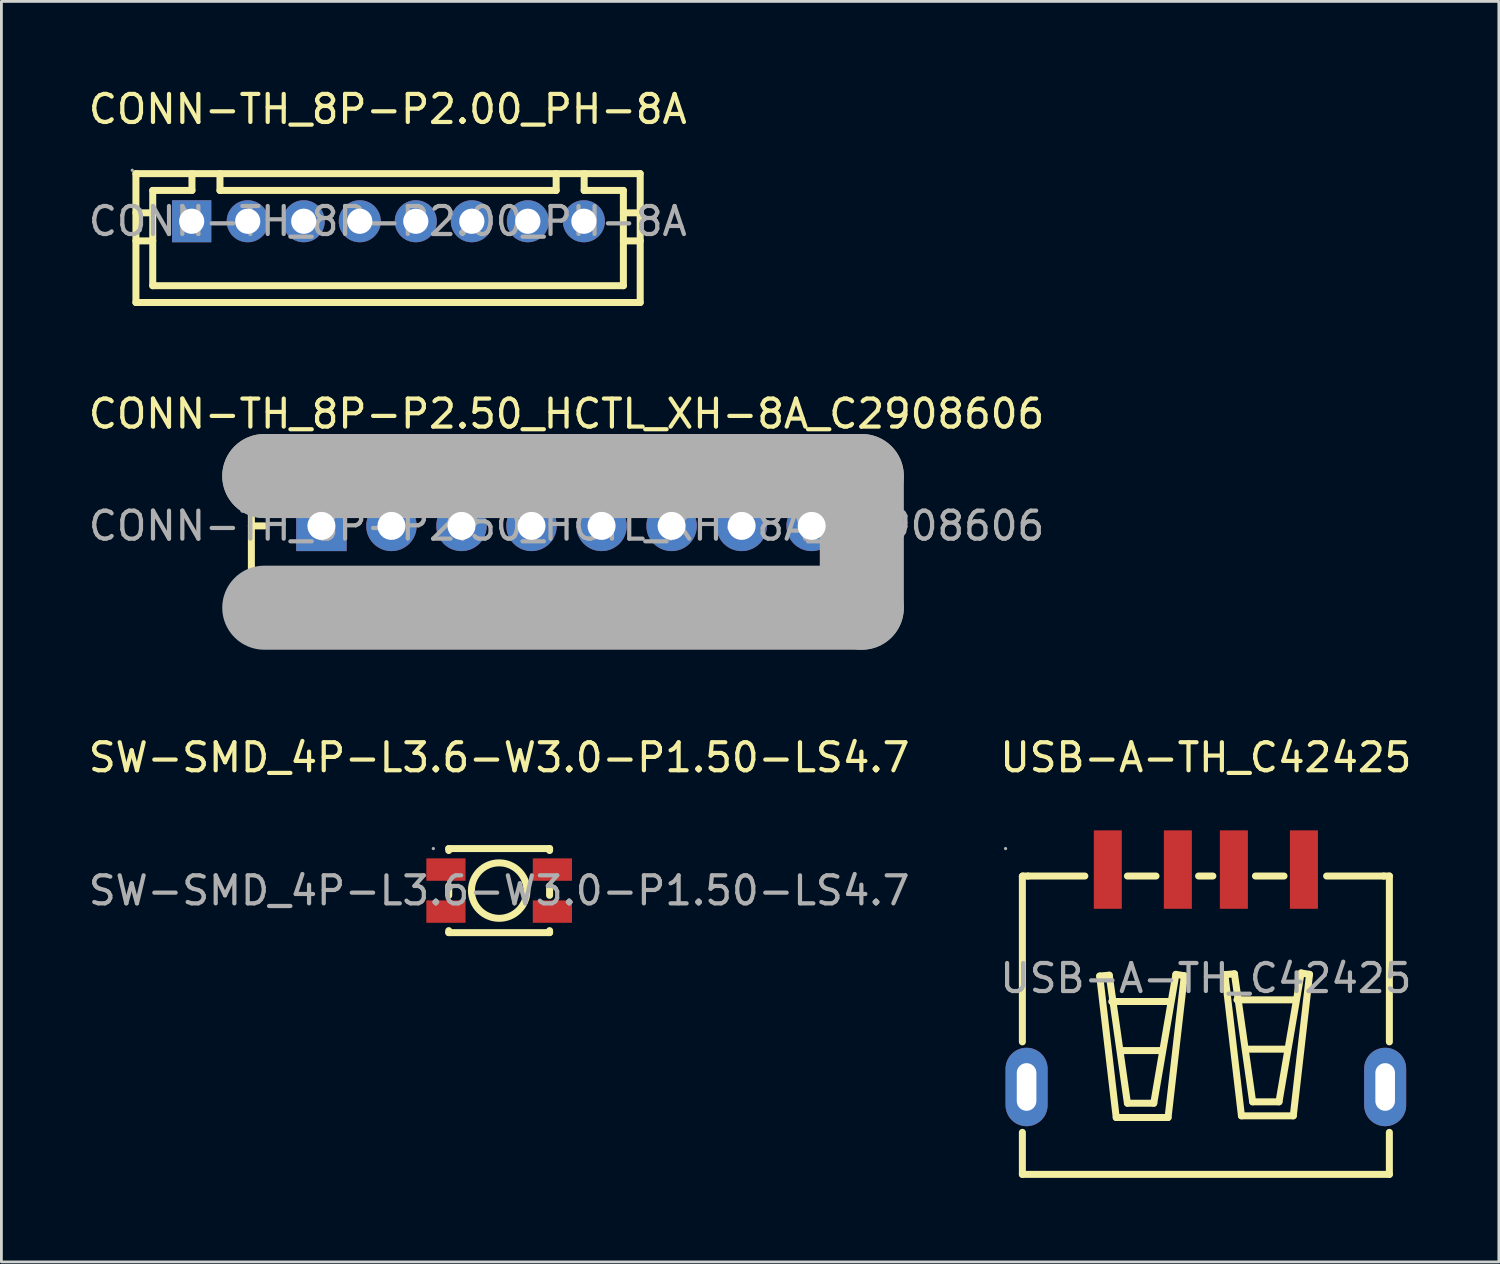
<source format=kicad_pcb>
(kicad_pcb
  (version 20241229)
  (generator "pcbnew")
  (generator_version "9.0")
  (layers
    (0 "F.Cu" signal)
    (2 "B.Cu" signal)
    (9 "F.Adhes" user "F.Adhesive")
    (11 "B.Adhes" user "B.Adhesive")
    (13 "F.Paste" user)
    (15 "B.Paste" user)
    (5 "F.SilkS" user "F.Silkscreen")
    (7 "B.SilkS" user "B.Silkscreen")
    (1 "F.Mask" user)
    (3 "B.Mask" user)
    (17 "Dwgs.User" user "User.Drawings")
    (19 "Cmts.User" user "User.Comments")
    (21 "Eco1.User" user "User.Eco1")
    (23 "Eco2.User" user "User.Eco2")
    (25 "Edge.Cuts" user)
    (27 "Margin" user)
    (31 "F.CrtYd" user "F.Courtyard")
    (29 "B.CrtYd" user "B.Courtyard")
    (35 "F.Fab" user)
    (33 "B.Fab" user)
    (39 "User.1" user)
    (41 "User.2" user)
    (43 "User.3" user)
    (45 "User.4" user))
  (footprint "USB-A-TH_C42425"
    (layer "F.Cu")
    (at 39.994 31.87)
    (property "Reference" "USB-A-TH_C42425" (at 0 -7.88 0) (layer "F.SilkS") (effects (font (size 1 1) (thickness 0.15))))
    (attr smd)
    (fp_line (start -6.55 -3.63) (end -6.55 -3.63) (stroke (width 0.25) (type solid)) (layer "F.SilkS"))
    (fp_line (start -6.55 -3.63) (end -6.55 2.27) (stroke (width 0.25) (type solid)) (layer "F.SilkS"))
    (fp_line (start -6.55 -3.63) (end -6.54 -3.65) (stroke (width 0.25) (type solid)) (layer "F.SilkS"))
    (fp_line (start -6.55 5.5) (end -6.55 7) (stroke (width 0.25) (type solid)) (layer "F.SilkS"))
    (fp_line (start -6.55 7) (end 6.55 7) (stroke (width 0.25) (type solid)) (layer "F.SilkS"))
    (fp_line (start -6.54 -3.65) (end -6.35 -3.65) (stroke (width 0.25) (type solid)) (layer "F.SilkS"))
    (fp_line (start -4.32 -3.65) (end -6.35 -3.65) (stroke (width 0.25) (type solid)) (layer "F.SilkS"))
    (fp_line (start -3.79 -0.08) (end -3.2 4.97) (stroke (width 0.25) (type solid)) (layer "F.SilkS"))
    (fp_line (start -3.45 -0.11) (end -3.79 -0.08) (stroke (width 0.25) (type solid)) (layer "F.SilkS"))
    (fp_line (start -3.36 0.83) (end -1.27 0.83) (stroke (width 0.25) (type solid)) (layer "F.SilkS"))
    (fp_line (start -3.2 4.97) (end -1.35 4.97) (stroke (width 0.25) (type solid)) (layer "F.SilkS"))
    (fp_line (start -3.03 2.58) (end -1.58 2.58) (stroke (width 0.25) (type solid)) (layer "F.SilkS"))
    (fp_line (start -2.8 -3.65) (end -1.78 -3.65) (stroke (width 0.25) (type solid)) (layer "F.SilkS"))
    (fp_line (start -2.8 4.46) (end -3.45 -0.11) (stroke (width 0.25) (type solid)) (layer "F.SilkS"))
    (fp_line (start -1.86 4.46) (end -2.8 4.46) (stroke (width 0.25) (type solid)) (layer "F.SilkS"))
    (fp_line (start -1.35 4.97) (end -0.77 -0.09) (stroke (width 0.25) (type solid)) (layer "F.SilkS"))
    (fp_line (start -1.07 -0.14) (end -1.86 4.46) (stroke (width 0.25) (type solid)) (layer "F.SilkS"))
    (fp_line (start -0.77 -0.09) (end -1.07 -0.14) (stroke (width 0.25) (type solid)) (layer "F.SilkS"))
    (fp_line (start -0.26 -3.65) (end 0.25 -3.65) (stroke (width 0.25) (type solid)) (layer "F.SilkS"))
    (fp_line (start 0.68 -0.13) (end 1.02 -0.16) (stroke (width 0.25) (type solid)) (layer "F.SilkS"))
    (fp_line (start 1.02 -0.16) (end 1.67 4.41) (stroke (width 0.25) (type solid)) (layer "F.SilkS"))
    (fp_line (start 1.11 0.77) (end 3.2 0.77) (stroke (width 0.25) (type solid)) (layer "F.SilkS"))
    (fp_line (start 1.27 4.91) (end 0.68 -0.13) (stroke (width 0.25) (type solid)) (layer "F.SilkS"))
    (fp_line (start 1.44 2.53) (end 2.89 2.53) (stroke (width 0.25) (type solid)) (layer "F.SilkS"))
    (fp_line (start 1.67 4.41) (end 2.61 4.41) (stroke (width 0.25) (type solid)) (layer "F.SilkS"))
    (fp_line (start 2.61 4.41) (end 3.4 -0.19) (stroke (width 0.25) (type solid)) (layer "F.SilkS"))
    (fp_line (start 2.79 -3.65) (end 1.77 -3.65) (stroke (width 0.25) (type solid)) (layer "F.SilkS"))
    (fp_line (start 3.12 4.91) (end 1.27 4.91) (stroke (width 0.25) (type solid)) (layer "F.SilkS"))
    (fp_line (start 3.4 -0.19) (end 3.7 -0.14) (stroke (width 0.25) (type solid)) (layer "F.SilkS"))
    (fp_line (start 3.7 -0.14) (end 3.12 4.91) (stroke (width 0.25) (type solid)) (layer "F.SilkS"))
    (fp_line (start 6.35 -3.65) (end 4.31 -3.65) (stroke (width 0.25) (type solid)) (layer "F.SilkS"))
    (fp_line (start 6.55 -3.65) (end 6.35 -3.65) (stroke (width 0.25) (type solid)) (layer "F.SilkS"))
    (fp_line (start 6.55 2.27) (end 6.55 -3.65) (stroke (width 0.25) (type solid)) (layer "F.SilkS"))
    (fp_line (start 6.55 7) (end 6.55 5.5) (stroke (width 0.25) (type solid)) (layer "F.SilkS"))
    (fp_circle (center -7.15 -4.63) (end -7.12 -4.63) (stroke (width 0.06) (type solid)) (fill no) (layer "F.Fab"))
    (fp_text user "${REFERENCE}" (at 0 0 0) (layer "F.Fab") (effects (font (size 1 1) (thickness 0.15))))
    (pad "1" smd rect (at -3.5 -3.88) (size 1 2.8) (layers "F.Cu" "F.Mask" "F.Paste"))
    (pad "2" smd rect (at -1 -3.88) (size 1 2.8) (layers "F.Cu" "F.Mask" "F.Paste"))
    (pad "3" smd rect (at 1 -3.88) (size 1 2.8) (layers "F.Cu" "F.Mask" "F.Paste"))
    (pad "4" smd rect (at 3.5 -3.88) (size 1 2.8) (layers "F.Cu" "F.Mask" "F.Paste"))
    (pad "5" thru_hole oval (at 6.4 3.88) (size 1.5 2.8) (drill oval 0.7 1.7) (layers "*.Cu" "*.Paste" "*.Mask"))
    (pad "6" thru_hole oval (at -6.4 3.88) (size 1.5 2.8) (drill oval 0.7 1.7) (layers "*.Cu" "*.Paste" "*.Mask")))
  (footprint "SW-SMD_4P-L3.6-W3.0-P1.50-LS4.7"
    (layer "F.Cu")
    (at 14.768 28.74)
    (property "Reference" "SW-SMD_4P-L3.6-W3.0-P1.50-LS4.7" (at 0 -4.75 0) (layer "F.SilkS") (effects (font (size 1 1) (thickness 0.15))))
    (attr smd)
    (fp_line (start -1.8 -1.5) (end -1.8 -1.43) (stroke (width 0.25) (type solid)) (layer "F.SilkS"))
    (fp_line (start -1.8 -1.5) (end 1.8 -1.5) (stroke (width 0.25) (type solid)) (layer "F.SilkS"))
    (fp_line (start -1.8 -0.17) (end -1.8 0.17) (stroke (width 0.25) (type solid)) (layer "F.SilkS"))
    (fp_line (start -1.8 1.43) (end -1.8 1.5) (stroke (width 0.25) (type solid)) (layer "F.SilkS"))
    (fp_line (start -1.8 1.5) (end 1.8 1.5) (stroke (width 0.25) (type solid)) (layer "F.SilkS"))
    (fp_line (start 1.8 -1.5) (end 1.8 -1.43) (stroke (width 0.25) (type solid)) (layer "F.SilkS"))
    (fp_line (start 1.8 -0.17) (end 1.8 0.17) (stroke (width 0.25) (type solid)) (layer "F.SilkS"))
    (fp_line (start 1.8 1.43) (end 1.8 1.5) (stroke (width 0.25) (type solid)) (layer "F.SilkS"))
    (fp_circle (center 0 0) (end 0.99 0) (stroke (width 0.25) (type solid)) (fill no) (layer "F.SilkS"))
    (fp_circle (center -2.35 -1.5) (end -2.32 -1.5) (stroke (width 0.06) (type solid)) (fill no) (layer "F.Fab"))
    (fp_text user "${REFERENCE}" (at 0 0 0) (layer "F.Fab") (effects (font (size 1 1) (thickness 0.15))))
    (pad "1" smd rect (at -1.9 -0.75 90) (size 0.8 1.4) (layers "F.Cu" "F.Mask" "F.Paste"))
    (pad "2" smd rect (at 1.9 -0.75 90) (size 0.8 1.4) (layers "F.Cu" "F.Mask" "F.Paste"))
    (pad "3" smd rect (at -1.9 0.75 270) (size 0.8 1.4) (layers "F.Cu" "F.Mask" "F.Paste"))
    (pad "4" smd rect (at 1.9 0.75 270) (size 0.8 1.4) (layers "F.Cu" "F.Mask" "F.Paste")))
  (footprint "CONN-TH_8P-P2.00_PH-8A"
    (layer "F.Cu")
    (at 10.792 4.848)
    (property "Reference" "CONN-TH_8P-P2.00_PH-8A" (at 0 -4 0) (layer "F.SilkS") (effects (font (size 1 1) (thickness 0.15))))
    (attr smd)
    (fp_line (start -8.99 -1.7) (end 9.01 -1.7) (stroke (width 0.25) (type solid)) (layer "F.SilkS"))
    (fp_line (start -8.99 2.9) (end -8.99 -1.7) (stroke (width 0.25) (type solid)) (layer "F.SilkS"))
    (fp_line (start -8.99 2.9) (end 9.01 2.9) (stroke (width 0.25) (type solid)) (layer "F.SilkS"))
    (fp_line (start -8.39 -1.1) (end -6.99 -1.1) (stroke (width 0.25) (type solid)) (layer "F.SilkS"))
    (fp_line (start -8.39 -0.3) (end -8.99 -0.3) (stroke (width 0.25) (type solid)) (layer "F.SilkS"))
    (fp_line (start -8.39 0.7) (end -8.99 0.7) (stroke (width 0.25) (type solid)) (layer "F.SilkS"))
    (fp_line (start -8.39 2.3) (end -8.39 -1.1) (stroke (width 0.25) (type solid)) (layer "F.SilkS"))
    (fp_line (start -8.39 2.3) (end 8.41 2.3) (stroke (width 0.25) (type solid)) (layer "F.SilkS"))
    (fp_line (start -6.99 -1.1) (end -6.99 -1.7) (stroke (width 0.25) (type solid)) (layer "F.SilkS"))
    (fp_line (start -5.99 -1.7) (end -5.99 -1.1) (stroke (width 0.25) (type solid)) (layer "F.SilkS"))
    (fp_line (start 6.01 -1.7) (end 6.01 -1.1) (stroke (width 0.25) (type solid)) (layer "F.SilkS"))
    (fp_line (start 6.01 -1.1) (end -5.99 -1.1) (stroke (width 0.25) (type solid)) (layer "F.SilkS"))
    (fp_line (start 7.01 -1.1) (end 7.01 -1.7) (stroke (width 0.25) (type solid)) (layer "F.SilkS"))
    (fp_line (start 8.41 -1.1) (end 7.01 -1.1) (stroke (width 0.25) (type solid)) (layer "F.SilkS"))
    (fp_line (start 8.41 2.3) (end 8.41 -1.1) (stroke (width 0.25) (type solid)) (layer "F.SilkS"))
    (fp_line (start 9.01 -0.3) (end 8.41 -0.3) (stroke (width 0.25) (type solid)) (layer "F.SilkS"))
    (fp_line (start 9.01 0.7) (end 8.41 0.7) (stroke (width 0.25) (type solid)) (layer "F.SilkS"))
    (fp_line (start 9.01 2.9) (end 9.01 -1.7) (stroke (width 0.25) (type solid)) (layer "F.SilkS"))
    (fp_circle (center -9.12 -1.82) (end -9.09 -1.82) (stroke (width 0.06) (type solid)) (fill no) (layer "F.Fab"))
    (fp_circle (center -7 0) (end -6.82 0) (stroke (width 0.35) (type solid)) (fill no) (layer "F.Fab"))
    (fp_circle (center -5 0) (end -4.82 0) (stroke (width 0.35) (type solid)) (fill no) (layer "F.Fab"))
    (fp_circle (center -3 0) (end -2.82 0) (stroke (width 0.35) (type solid)) (fill no) (layer "F.Fab"))
    (fp_circle (center -1 0) (end -0.82 0) (stroke (width 0.35) (type solid)) (fill no) (layer "F.Fab"))
    (fp_circle (center 1 0) (end 1.18 0) (stroke (width 0.35) (type solid)) (fill no) (layer "F.Fab"))
    (fp_circle (center 3 0) (end 3.18 0) (stroke (width 0.35) (type solid)) (fill no) (layer "F.Fab"))
    (fp_circle (center 5 0) (end 5.18 0) (stroke (width 0.35) (type solid)) (fill no) (layer "F.Fab"))
    (fp_circle (center 7 0) (end 7.18 0) (stroke (width 0.35) (type solid)) (fill no) (layer "F.Fab"))
    (fp_text user "${REFERENCE}" (at 0 0 0) (layer "F.Fab") (effects (font (size 1 1) (thickness 0.15))))
    (pad "1" thru_hole rect (at -7 0 180) (size 1.4 1.5) (drill 0.9) (layers "*.Cu" "*.Paste" "*.Mask"))
    (pad "2" thru_hole circle (at -5 0 180) (size 1.5 1.5) (drill 0.9) (layers "*.Cu" "*.Paste" "*.Mask"))
    (pad "3" thru_hole circle (at -3 0 180) (size 1.5 1.5) (drill 0.9) (layers "*.Cu" "*.Paste" "*.Mask"))
    (pad "4" thru_hole circle (at -1 0 180) (size 1.5 1.5) (drill 0.9) (layers "*.Cu" "*.Paste" "*.Mask"))
    (pad "5" thru_hole circle (at 1 0 180) (size 1.5 1.5) (drill 0.9) (layers "*.Cu" "*.Paste" "*.Mask"))
    (pad "6" thru_hole circle (at 3 0 180) (size 1.5 1.5) (drill 0.9) (layers "*.Cu" "*.Paste" "*.Mask"))
    (pad "7" thru_hole circle (at 5 0 180) (size 1.5 1.5) (drill 0.9) (layers "*.Cu" "*.Paste" "*.Mask"))
    (pad "8" thru_hole circle (at 7 0 180) (size 1.5 1.5) (drill 0.9) (layers "*.Cu" "*.Paste" "*.Mask")))
  (footprint "CONN-TH_8P-P2.50_HCTL_XH-8A_C2908606"
    (layer "F.Cu")
    (at 17.173 15.722)
    (property "Reference" "CONN-TH_8P-P2.50_HCTL_XH-8A_C2908606" (at 0 -4 0) (layer "F.SilkS") (effects (font (size 1 1) (thickness 0.15))))
    (attr smd)
    (fp_line (start -11.25 -2.4) (end 11.25 -2.4) (stroke (width 0.25) (type solid)) (layer "F.SilkS"))
    (fp_line (start -11.25 3.4) (end -11.25 -2.4) (stroke (width 0.25) (type solid)) (layer "F.SilkS"))
    (fp_line (start -11.25 3.4) (end 11.25 3.4) (stroke (width 0.25) (type solid)) (layer "F.SilkS"))
    (fp_line (start -10.79 0) (end -11.25 0) (stroke (width 0.25) (type solid)) (layer "F.SilkS"))
    (fp_line (start -2.54 -2.4) (end -2.54 -1.78) (stroke (width 0.25) (type solid)) (layer "F.SilkS"))
    (fp_line (start 2.59 -2.4) (end 2.59 -1.78) (stroke (width 0.25) (type solid)) (layer "F.SilkS"))
    (fp_line (start 10.54 0) (end 11.25 0) (stroke (width 0.25) (type solid)) (layer "F.SilkS"))
    (fp_line (start 11.25 3.4) (end 11.25 -2.4) (stroke (width 0.25) (type solid)) (layer "F.SilkS"))
    (fp_line (start -10.79 -1.78) (end -10.79 -1.78) (stroke (width 3) (type solid)) (layer "F.Fab"))
    (fp_line (start -10.79 -1.78) (end 10.54 -1.78) (stroke (width 3) (type solid)) (layer "F.Fab"))
    (fp_line (start 10.54 -1.78) (end 10.54 2.92) (stroke (width 3) (type solid)) (layer "F.Fab"))
    (fp_line (start 10.54 2.92) (end -10.79 2.92) (stroke (width 3) (type solid)) (layer "F.Fab"))
    (fp_circle (center -11.25 -2.4) (end -11.22 -2.4) (stroke (width 0.06) (type solid)) (fill no) (layer "F.Fab"))
    (fp_text user "${REFERENCE}" (at 0 0 0) (layer "F.Fab") (effects (font (size 1 1) (thickness 0.15))))
    (pad "1" thru_hole rect (at -8.75 0) (size 1.8 1.8) (drill 1) (layers "*.Cu" "*.Paste" "*.Mask"))
    (pad "2" thru_hole circle (at -6.25 0) (size 1.8 1.8) (drill 1) (layers "*.Cu" "*.Paste" "*.Mask"))
    (pad "3" thru_hole circle (at -3.75 0) (size 1.8 1.8) (drill 1) (layers "*.Cu" "*.Paste" "*.Mask"))
    (pad "4" thru_hole circle (at -1.25 0) (size 1.8 1.8) (drill 1) (layers "*.Cu" "*.Paste" "*.Mask"))
    (pad "5" thru_hole circle (at 1.25 0) (size 1.8 1.8) (drill 1) (layers "*.Cu" "*.Paste" "*.Mask"))
    (pad "6" thru_hole circle (at 3.75 0) (size 1.8 1.8) (drill 1) (layers "*.Cu" "*.Paste" "*.Mask"))
    (pad "7" thru_hole circle (at 6.25 0) (size 1.8 1.8) (drill 1) (layers "*.Cu" "*.Paste" "*.Mask"))
    (pad "8" thru_hole circle (at 8.75 0) (size 1.8 1.8) (drill 1) (layers "*.Cu" "*.Paste" "*.Mask")))
  (gr_rect
    (start -3 -3)
    (end 50.452 41.995)
    (stroke (width 0.1) (type default))
    (fill no)
    (layer "Edge.Cuts")))
</source>
